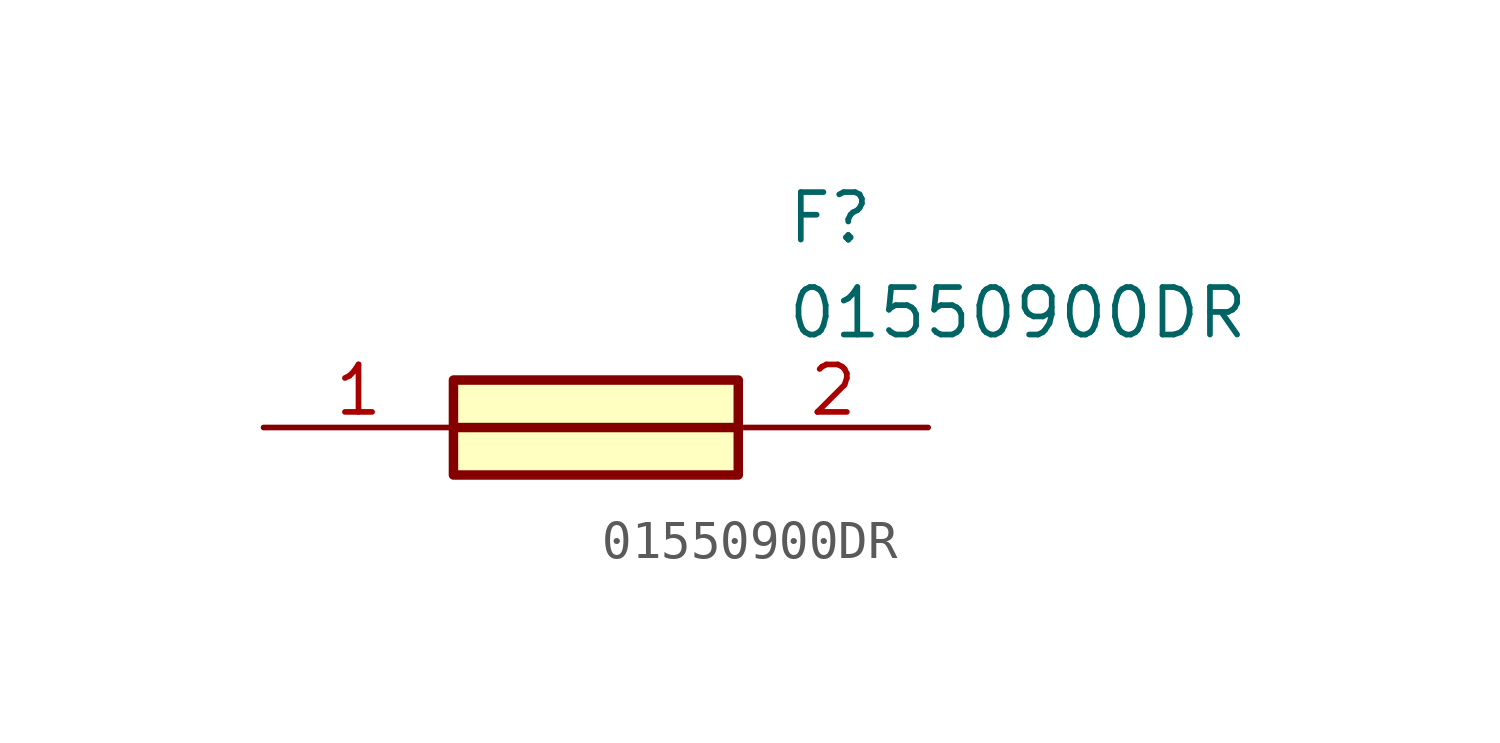
<source format=kicad_sym>
(kicad_symbol_lib
  (version 20211014)
  (generator SamacSys_ECAD_Model)
  (symbol "01550900DR"
    (pin_names hide)
    (property "Reference" "F"
      (at 13.97 6.35 0)
      (effects (font (size 1.27 1.27)) (justify left top)))
    (property "Value" "01550900DR"
      (at 13.97 3.81 0)
      (effects (font (size 1.27 1.27)) (justify left top)))
    (rectangle
      (start 5.08 1.27)
      (end 12.7 -1.27)
      (stroke (width 0.254) (type default))
      (fill (type background)))
    (polyline
      (pts (xy 5.08 0) (xy 12.7 0))
      (stroke (width 0.254) (type default))
      (fill (type none)))
    (pin passive line
      (at 0 0 0)
      (length 5.08)
      (name "1" (effects (font (size 1.27 1.27))))
      (number "1" (effects (font (size 1.27 1.27)))))
    (pin passive line
      (at 17.78 0 180)
      (length 5.08)
      (name "2" (effects (font (size 1.27 1.27))))
      (number "2" (effects (font (size 1.27 1.27)))))))
</source>
